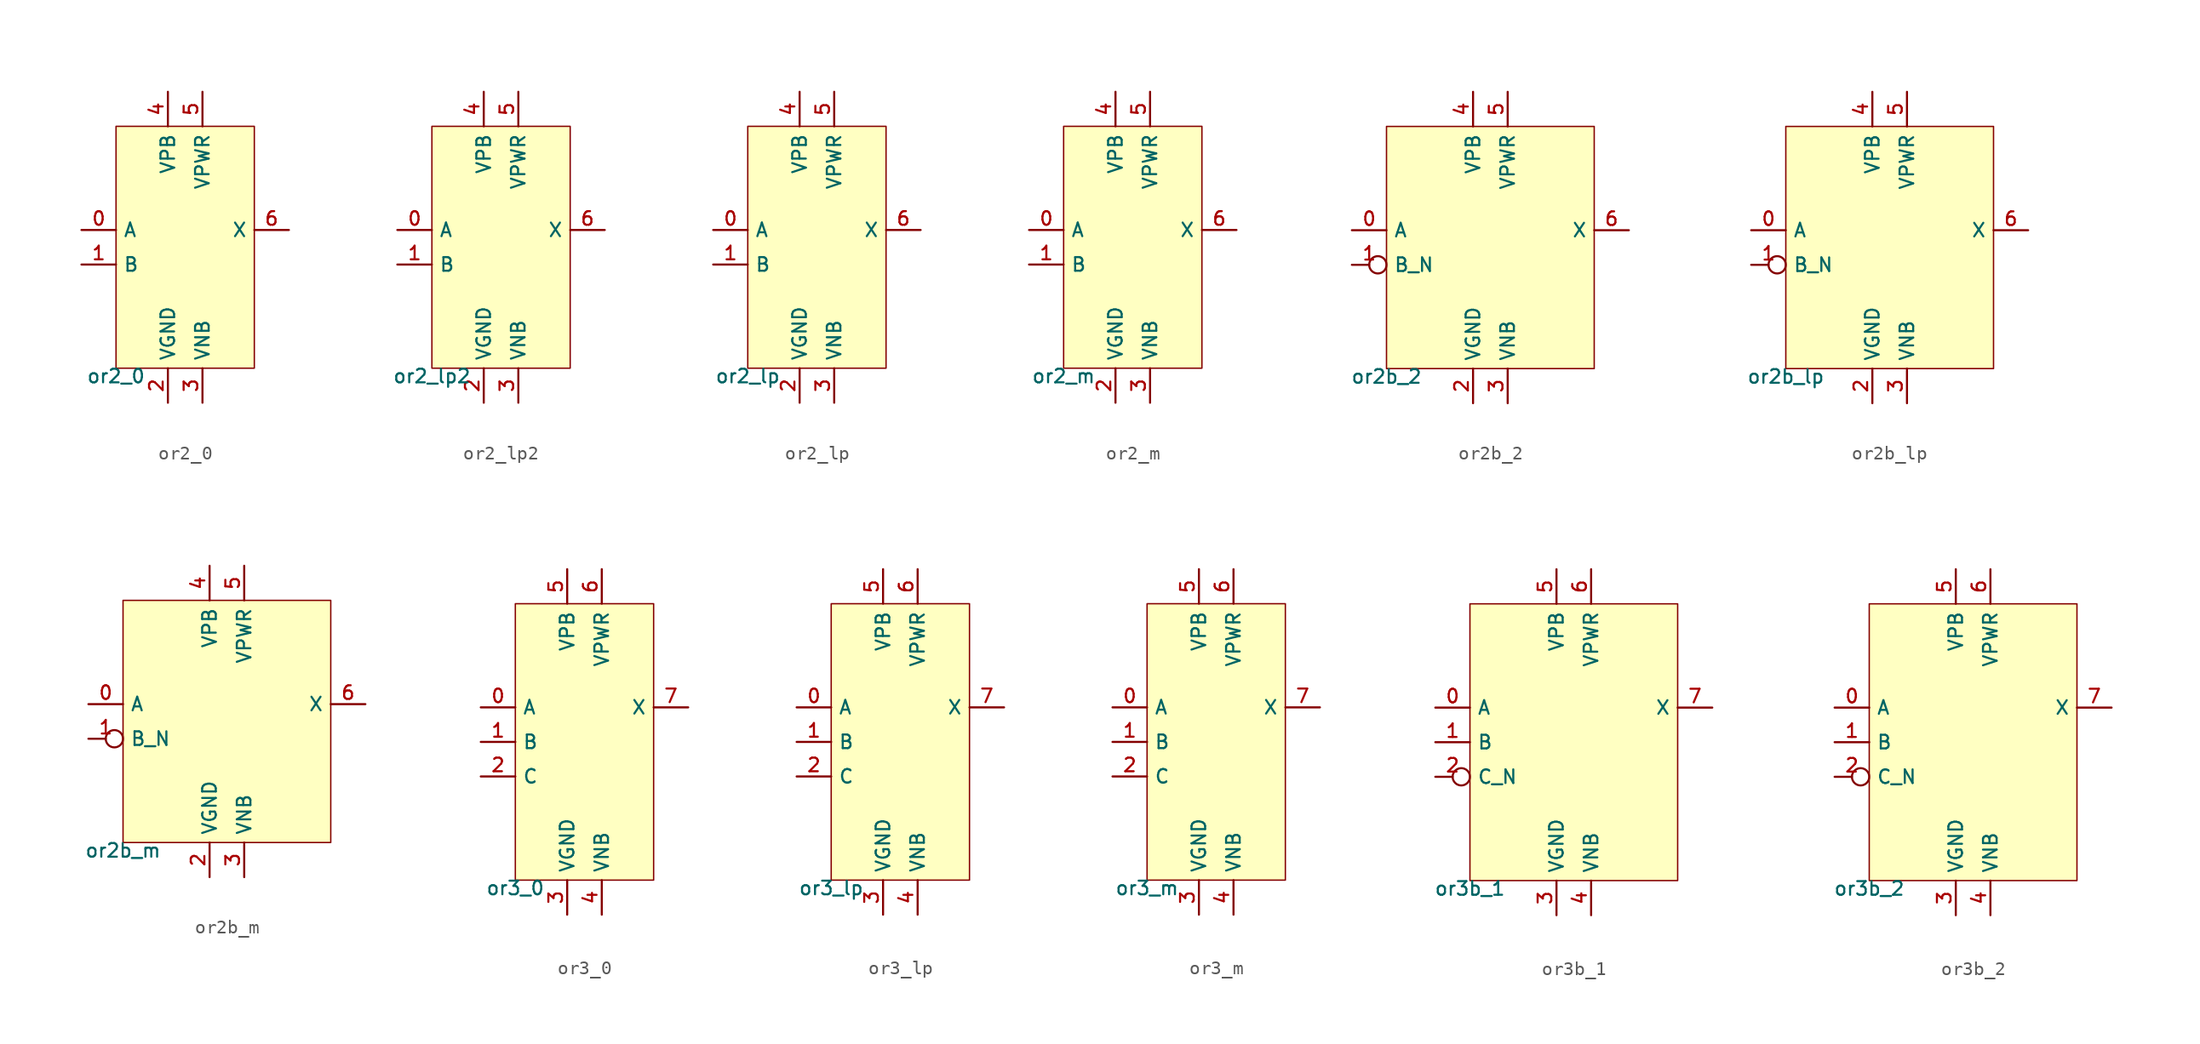
<source format=kicad_sym>
(kicad_symbol_lib
  (version 20211014)
  (generator pdk2kicad)
  (symbol "or2_0"
    (property "Reference" "X"
      (at 0 0 0)
      (effects (font (size 1 1)) hide))
    (property "Value" "or2_0"
      (at -5.08 -8.89 0)
      (effects (font (size 1 1)) (justify top)))
    (rectangle
      (start -5.08 -8.89)
      (end 5.08 8.89)
      (stroke (width 0.1) (type solid) (color 0 0 0 0))
      (fill (type background)))
    (pin input line
      (at -7.62 1.27 0)
      (length 2.54)
      (name "A" (effects (font (size 1 1)) hide))
      (number "0" (effects (font (size 1 1)) hide)))
    (pin input line
      (at -7.62 -1.27 0)
      (length 2.54)
      (name "B" (effects (font (size 1 1)) hide))
      (number "1" (effects (font (size 1 1)) hide)))
    (pin power_in line
      (at -1.27 -11.43 90)
      (length 2.54)
      (name "VGND" (effects (font (size 1 1)) hide))
      (number "2" (effects (font (size 1 1)) hide)))
    (pin power_in line
      (at 1.27 -11.43 90)
      (length 2.54)
      (name "VNB" (effects (font (size 1 1)) hide))
      (number "3" (effects (font (size 1 1)) hide)))
    (pin power_in line
      (at -1.27 11.43 270)
      (length 2.54)
      (name "VPB" (effects (font (size 1 1)) hide))
      (number "4" (effects (font (size 1 1)) hide)))
    (pin power_in line
      (at 1.27 11.43 270)
      (length 2.54)
      (name "VPWR" (effects (font (size 1 1)) hide))
      (number "5" (effects (font (size 1 1)) hide)))
    (pin output line
      (at 7.62 1.27 180)
      (length 2.54)
      (name "X" (effects (font (size 1 1)) hide))
      (number "6" (effects (font (size 1 1)) hide))))
  (symbol "or2_lp2"
    (property "Reference" "X"
      (at 0 0 0)
      (effects (font (size 1 1)) hide))
    (property "Value" "or2_lp2"
      (at -5.08 -8.89 0)
      (effects (font (size 1 1)) (justify top)))
    (rectangle
      (start -5.08 -8.89)
      (end 5.08 8.89)
      (stroke (width 0.1) (type solid) (color 0 0 0 0))
      (fill (type background)))
    (pin input line
      (at -7.62 1.27 0)
      (length 2.54)
      (name "A" (effects (font (size 1 1)) hide))
      (number "0" (effects (font (size 1 1)) hide)))
    (pin input line
      (at -7.62 -1.27 0)
      (length 2.54)
      (name "B" (effects (font (size 1 1)) hide))
      (number "1" (effects (font (size 1 1)) hide)))
    (pin power_in line
      (at -1.27 -11.43 90)
      (length 2.54)
      (name "VGND" (effects (font (size 1 1)) hide))
      (number "2" (effects (font (size 1 1)) hide)))
    (pin power_in line
      (at 1.27 -11.43 90)
      (length 2.54)
      (name "VNB" (effects (font (size 1 1)) hide))
      (number "3" (effects (font (size 1 1)) hide)))
    (pin power_in line
      (at -1.27 11.43 270)
      (length 2.54)
      (name "VPB" (effects (font (size 1 1)) hide))
      (number "4" (effects (font (size 1 1)) hide)))
    (pin power_in line
      (at 1.27 11.43 270)
      (length 2.54)
      (name "VPWR" (effects (font (size 1 1)) hide))
      (number "5" (effects (font (size 1 1)) hide)))
    (pin output line
      (at 7.62 1.27 180)
      (length 2.54)
      (name "X" (effects (font (size 1 1)) hide))
      (number "6" (effects (font (size 1 1)) hide))))
  (symbol "or2_lp"
    (property "Reference" "X"
      (at 0 0 0)
      (effects (font (size 1 1)) hide))
    (property "Value" "or2_lp"
      (at -5.08 -8.89 0)
      (effects (font (size 1 1)) (justify top)))
    (rectangle
      (start -5.08 -8.89)
      (end 5.08 8.89)
      (stroke (width 0.1) (type solid) (color 0 0 0 0))
      (fill (type background)))
    (pin input line
      (at -7.62 1.27 0)
      (length 2.54)
      (name "A" (effects (font (size 1 1)) hide))
      (number "0" (effects (font (size 1 1)) hide)))
    (pin input line
      (at -7.62 -1.27 0)
      (length 2.54)
      (name "B" (effects (font (size 1 1)) hide))
      (number "1" (effects (font (size 1 1)) hide)))
    (pin power_in line
      (at -1.27 -11.43 90)
      (length 2.54)
      (name "VGND" (effects (font (size 1 1)) hide))
      (number "2" (effects (font (size 1 1)) hide)))
    (pin power_in line
      (at 1.27 -11.43 90)
      (length 2.54)
      (name "VNB" (effects (font (size 1 1)) hide))
      (number "3" (effects (font (size 1 1)) hide)))
    (pin power_in line
      (at -1.27 11.43 270)
      (length 2.54)
      (name "VPB" (effects (font (size 1 1)) hide))
      (number "4" (effects (font (size 1 1)) hide)))
    (pin power_in line
      (at 1.27 11.43 270)
      (length 2.54)
      (name "VPWR" (effects (font (size 1 1)) hide))
      (number "5" (effects (font (size 1 1)) hide)))
    (pin output line
      (at 7.62 1.27 180)
      (length 2.54)
      (name "X" (effects (font (size 1 1)) hide))
      (number "6" (effects (font (size 1 1)) hide))))
  (symbol "or2_m"
    (property "Reference" "X"
      (at 0 0 0)
      (effects (font (size 1 1)) hide))
    (property "Value" "or2_m"
      (at -5.08 -8.89 0)
      (effects (font (size 1 1)) (justify top)))
    (rectangle
      (start -5.08 -8.89)
      (end 5.08 8.89)
      (stroke (width 0.1) (type solid) (color 0 0 0 0))
      (fill (type background)))
    (pin input line
      (at -7.62 1.27 0)
      (length 2.54)
      (name "A" (effects (font (size 1 1)) hide))
      (number "0" (effects (font (size 1 1)) hide)))
    (pin input line
      (at -7.62 -1.27 0)
      (length 2.54)
      (name "B" (effects (font (size 1 1)) hide))
      (number "1" (effects (font (size 1 1)) hide)))
    (pin power_in line
      (at -1.27 -11.43 90)
      (length 2.54)
      (name "VGND" (effects (font (size 1 1)) hide))
      (number "2" (effects (font (size 1 1)) hide)))
    (pin power_in line
      (at 1.27 -11.43 90)
      (length 2.54)
      (name "VNB" (effects (font (size 1 1)) hide))
      (number "3" (effects (font (size 1 1)) hide)))
    (pin power_in line
      (at -1.27 11.43 270)
      (length 2.54)
      (name "VPB" (effects (font (size 1 1)) hide))
      (number "4" (effects (font (size 1 1)) hide)))
    (pin power_in line
      (at 1.27 11.43 270)
      (length 2.54)
      (name "VPWR" (effects (font (size 1 1)) hide))
      (number "5" (effects (font (size 1 1)) hide)))
    (pin output line
      (at 7.62 1.27 180)
      (length 2.54)
      (name "X" (effects (font (size 1 1)) hide))
      (number "6" (effects (font (size 1 1)) hide))))
  (symbol "or2b_2"
    (property "Reference" "X"
      (at 0 0 0)
      (effects (font (size 1 1)) hide))
    (property "Value" "or2b_2"
      (at -7.62 -8.89 0)
      (effects (font (size 1 1)) (justify top)))
    (rectangle
      (start -7.62 -8.89)
      (end 7.62 8.89)
      (stroke (width 0.1) (type solid) (color 0 0 0 0))
      (fill (type background)))
    (pin input line
      (at -10.16 1.27 0)
      (length 2.54)
      (name "A" (effects (font (size 1 1)) hide))
      (number "0" (effects (font (size 1 1)) hide)))
    (pin input inverted
      (at -10.16 -1.27 0)
      (length 2.54)
      (name "B_N" (effects (font (size 1 1)) hide))
      (number "1" (effects (font (size 1 1)) hide)))
    (pin power_in line
      (at -1.27 -11.43 90)
      (length 2.54)
      (name "VGND" (effects (font (size 1 1)) hide))
      (number "2" (effects (font (size 1 1)) hide)))
    (pin power_in line
      (at 1.27 -11.43 90)
      (length 2.54)
      (name "VNB" (effects (font (size 1 1)) hide))
      (number "3" (effects (font (size 1 1)) hide)))
    (pin power_in line
      (at -1.27 11.43 270)
      (length 2.54)
      (name "VPB" (effects (font (size 1 1)) hide))
      (number "4" (effects (font (size 1 1)) hide)))
    (pin power_in line
      (at 1.27 11.43 270)
      (length 2.54)
      (name "VPWR" (effects (font (size 1 1)) hide))
      (number "5" (effects (font (size 1 1)) hide)))
    (pin output line
      (at 10.16 1.27 180)
      (length 2.54)
      (name "X" (effects (font (size 1 1)) hide))
      (number "6" (effects (font (size 1 1)) hide))))
  (symbol "or2b_lp"
    (property "Reference" "X"
      (at 0 0 0)
      (effects (font (size 1 1)) hide))
    (property "Value" "or2b_lp"
      (at -7.62 -8.89 0)
      (effects (font (size 1 1)) (justify top)))
    (rectangle
      (start -7.62 -8.89)
      (end 7.62 8.89)
      (stroke (width 0.1) (type solid) (color 0 0 0 0))
      (fill (type background)))
    (pin input line
      (at -10.16 1.27 0)
      (length 2.54)
      (name "A" (effects (font (size 1 1)) hide))
      (number "0" (effects (font (size 1 1)) hide)))
    (pin input inverted
      (at -10.16 -1.27 0)
      (length 2.54)
      (name "B_N" (effects (font (size 1 1)) hide))
      (number "1" (effects (font (size 1 1)) hide)))
    (pin power_in line
      (at -1.27 -11.43 90)
      (length 2.54)
      (name "VGND" (effects (font (size 1 1)) hide))
      (number "2" (effects (font (size 1 1)) hide)))
    (pin power_in line
      (at 1.27 -11.43 90)
      (length 2.54)
      (name "VNB" (effects (font (size 1 1)) hide))
      (number "3" (effects (font (size 1 1)) hide)))
    (pin power_in line
      (at -1.27 11.43 270)
      (length 2.54)
      (name "VPB" (effects (font (size 1 1)) hide))
      (number "4" (effects (font (size 1 1)) hide)))
    (pin power_in line
      (at 1.27 11.43 270)
      (length 2.54)
      (name "VPWR" (effects (font (size 1 1)) hide))
      (number "5" (effects (font (size 1 1)) hide)))
    (pin output line
      (at 10.16 1.27 180)
      (length 2.54)
      (name "X" (effects (font (size 1 1)) hide))
      (number "6" (effects (font (size 1 1)) hide))))
  (symbol "or2b_m"
    (property "Reference" "X"
      (at 0 0 0)
      (effects (font (size 1 1)) hide))
    (property "Value" "or2b_m"
      (at -7.62 -8.89 0)
      (effects (font (size 1 1)) (justify top)))
    (rectangle
      (start -7.62 -8.89)
      (end 7.62 8.89)
      (stroke (width 0.1) (type solid) (color 0 0 0 0))
      (fill (type background)))
    (pin input line
      (at -10.16 1.27 0)
      (length 2.54)
      (name "A" (effects (font (size 1 1)) hide))
      (number "0" (effects (font (size 1 1)) hide)))
    (pin input inverted
      (at -10.16 -1.27 0)
      (length 2.54)
      (name "B_N" (effects (font (size 1 1)) hide))
      (number "1" (effects (font (size 1 1)) hide)))
    (pin power_in line
      (at -1.27 -11.43 90)
      (length 2.54)
      (name "VGND" (effects (font (size 1 1)) hide))
      (number "2" (effects (font (size 1 1)) hide)))
    (pin power_in line
      (at 1.27 -11.43 90)
      (length 2.54)
      (name "VNB" (effects (font (size 1 1)) hide))
      (number "3" (effects (font (size 1 1)) hide)))
    (pin power_in line
      (at -1.27 11.43 270)
      (length 2.54)
      (name "VPB" (effects (font (size 1 1)) hide))
      (number "4" (effects (font (size 1 1)) hide)))
    (pin power_in line
      (at 1.27 11.43 270)
      (length 2.54)
      (name "VPWR" (effects (font (size 1 1)) hide))
      (number "5" (effects (font (size 1 1)) hide)))
    (pin output line
      (at 10.16 1.27 180)
      (length 2.54)
      (name "X" (effects (font (size 1 1)) hide))
      (number "6" (effects (font (size 1 1)) hide))))
  (symbol "or3_0"
    (property "Reference" "X"
      (at 0 0 0)
      (effects (font (size 1 1)) hide))
    (property "Value" "or3_0"
      (at -5.08 -10.16 0)
      (effects (font (size 1 1)) (justify top)))
    (rectangle
      (start -5.08 -10.16)
      (end 5.08 10.16)
      (stroke (width 0.1) (type solid) (color 0 0 0 0))
      (fill (type background)))
    (pin input line
      (at -7.62 2.54 0)
      (length 2.54)
      (name "A" (effects (font (size 1 1)) hide))
      (number "0" (effects (font (size 1 1)) hide)))
    (pin input line
      (at -7.62 0.0 0)
      (length 2.54)
      (name "B" (effects (font (size 1 1)) hide))
      (number "1" (effects (font (size 1 1)) hide)))
    (pin input line
      (at -7.62 -2.54 0)
      (length 2.54)
      (name "C" (effects (font (size 1 1)) hide))
      (number "2" (effects (font (size 1 1)) hide)))
    (pin power_in line
      (at -1.27 -12.7 90)
      (length 2.54)
      (name "VGND" (effects (font (size 1 1)) hide))
      (number "3" (effects (font (size 1 1)) hide)))
    (pin power_in line
      (at 1.27 -12.7 90)
      (length 2.54)
      (name "VNB" (effects (font (size 1 1)) hide))
      (number "4" (effects (font (size 1 1)) hide)))
    (pin power_in line
      (at -1.27 12.7 270)
      (length 2.54)
      (name "VPB" (effects (font (size 1 1)) hide))
      (number "5" (effects (font (size 1 1)) hide)))
    (pin power_in line
      (at 1.27 12.7 270)
      (length 2.54)
      (name "VPWR" (effects (font (size 1 1)) hide))
      (number "6" (effects (font (size 1 1)) hide)))
    (pin output line
      (at 7.62 2.54 180)
      (length 2.54)
      (name "X" (effects (font (size 1 1)) hide))
      (number "7" (effects (font (size 1 1)) hide))))
  (symbol "or3_lp"
    (property "Reference" "X"
      (at 0 0 0)
      (effects (font (size 1 1)) hide))
    (property "Value" "or3_lp"
      (at -5.08 -10.16 0)
      (effects (font (size 1 1)) (justify top)))
    (rectangle
      (start -5.08 -10.16)
      (end 5.08 10.16)
      (stroke (width 0.1) (type solid) (color 0 0 0 0))
      (fill (type background)))
    (pin input line
      (at -7.62 2.54 0)
      (length 2.54)
      (name "A" (effects (font (size 1 1)) hide))
      (number "0" (effects (font (size 1 1)) hide)))
    (pin input line
      (at -7.62 0.0 0)
      (length 2.54)
      (name "B" (effects (font (size 1 1)) hide))
      (number "1" (effects (font (size 1 1)) hide)))
    (pin input line
      (at -7.62 -2.54 0)
      (length 2.54)
      (name "C" (effects (font (size 1 1)) hide))
      (number "2" (effects (font (size 1 1)) hide)))
    (pin power_in line
      (at -1.27 -12.7 90)
      (length 2.54)
      (name "VGND" (effects (font (size 1 1)) hide))
      (number "3" (effects (font (size 1 1)) hide)))
    (pin power_in line
      (at 1.27 -12.7 90)
      (length 2.54)
      (name "VNB" (effects (font (size 1 1)) hide))
      (number "4" (effects (font (size 1 1)) hide)))
    (pin power_in line
      (at -1.27 12.7 270)
      (length 2.54)
      (name "VPB" (effects (font (size 1 1)) hide))
      (number "5" (effects (font (size 1 1)) hide)))
    (pin power_in line
      (at 1.27 12.7 270)
      (length 2.54)
      (name "VPWR" (effects (font (size 1 1)) hide))
      (number "6" (effects (font (size 1 1)) hide)))
    (pin output line
      (at 7.62 2.54 180)
      (length 2.54)
      (name "X" (effects (font (size 1 1)) hide))
      (number "7" (effects (font (size 1 1)) hide))))
  (symbol "or3_m"
    (property "Reference" "X"
      (at 0 0 0)
      (effects (font (size 1 1)) hide))
    (property "Value" "or3_m"
      (at -5.08 -10.16 0)
      (effects (font (size 1 1)) (justify top)))
    (rectangle
      (start -5.08 -10.16)
      (end 5.08 10.16)
      (stroke (width 0.1) (type solid) (color 0 0 0 0))
      (fill (type background)))
    (pin input line
      (at -7.62 2.54 0)
      (length 2.54)
      (name "A" (effects (font (size 1 1)) hide))
      (number "0" (effects (font (size 1 1)) hide)))
    (pin input line
      (at -7.62 0.0 0)
      (length 2.54)
      (name "B" (effects (font (size 1 1)) hide))
      (number "1" (effects (font (size 1 1)) hide)))
    (pin input line
      (at -7.62 -2.54 0)
      (length 2.54)
      (name "C" (effects (font (size 1 1)) hide))
      (number "2" (effects (font (size 1 1)) hide)))
    (pin power_in line
      (at -1.27 -12.7 90)
      (length 2.54)
      (name "VGND" (effects (font (size 1 1)) hide))
      (number "3" (effects (font (size 1 1)) hide)))
    (pin power_in line
      (at 1.27 -12.7 90)
      (length 2.54)
      (name "VNB" (effects (font (size 1 1)) hide))
      (number "4" (effects (font (size 1 1)) hide)))
    (pin power_in line
      (at -1.27 12.7 270)
      (length 2.54)
      (name "VPB" (effects (font (size 1 1)) hide))
      (number "5" (effects (font (size 1 1)) hide)))
    (pin power_in line
      (at 1.27 12.7 270)
      (length 2.54)
      (name "VPWR" (effects (font (size 1 1)) hide))
      (number "6" (effects (font (size 1 1)) hide)))
    (pin output line
      (at 7.62 2.54 180)
      (length 2.54)
      (name "X" (effects (font (size 1 1)) hide))
      (number "7" (effects (font (size 1 1)) hide))))
  (symbol "or3b_1"
    (property "Reference" "X"
      (at 0 0 0)
      (effects (font (size 1 1)) hide))
    (property "Value" "or3b_1"
      (at -7.62 -10.16 0)
      (effects (font (size 1 1)) (justify top)))
    (rectangle
      (start -7.62 -10.16)
      (end 7.62 10.16)
      (stroke (width 0.1) (type solid) (color 0 0 0 0))
      (fill (type background)))
    (pin input line
      (at -10.16 2.54 0)
      (length 2.54)
      (name "A" (effects (font (size 1 1)) hide))
      (number "0" (effects (font (size 1 1)) hide)))
    (pin input line
      (at -10.16 0.0 0)
      (length 2.54)
      (name "B" (effects (font (size 1 1)) hide))
      (number "1" (effects (font (size 1 1)) hide)))
    (pin input inverted
      (at -10.16 -2.54 0)
      (length 2.54)
      (name "C_N" (effects (font (size 1 1)) hide))
      (number "2" (effects (font (size 1 1)) hide)))
    (pin power_in line
      (at -1.27 -12.7 90)
      (length 2.54)
      (name "VGND" (effects (font (size 1 1)) hide))
      (number "3" (effects (font (size 1 1)) hide)))
    (pin power_in line
      (at 1.27 -12.7 90)
      (length 2.54)
      (name "VNB" (effects (font (size 1 1)) hide))
      (number "4" (effects (font (size 1 1)) hide)))
    (pin power_in line
      (at -1.27 12.7 270)
      (length 2.54)
      (name "VPB" (effects (font (size 1 1)) hide))
      (number "5" (effects (font (size 1 1)) hide)))
    (pin power_in line
      (at 1.27 12.7 270)
      (length 2.54)
      (name "VPWR" (effects (font (size 1 1)) hide))
      (number "6" (effects (font (size 1 1)) hide)))
    (pin output line
      (at 10.16 2.54 180)
      (length 2.54)
      (name "X" (effects (font (size 1 1)) hide))
      (number "7" (effects (font (size 1 1)) hide))))
  (symbol "or3b_2"
    (property "Reference" "X"
      (at 0 0 0)
      (effects (font (size 1 1)) hide))
    (property "Value" "or3b_2"
      (at -7.62 -10.16 0)
      (effects (font (size 1 1)) (justify top)))
    (rectangle
      (start -7.62 -10.16)
      (end 7.62 10.16)
      (stroke (width 0.1) (type solid) (color 0 0 0 0))
      (fill (type background)))
    (pin input line
      (at -10.16 2.54 0)
      (length 2.54)
      (name "A" (effects (font (size 1 1)) hide))
      (number "0" (effects (font (size 1 1)) hide)))
    (pin input line
      (at -10.16 0.0 0)
      (length 2.54)
      (name "B" (effects (font (size 1 1)) hide))
      (number "1" (effects (font (size 1 1)) hide)))
    (pin input inverted
      (at -10.16 -2.54 0)
      (length 2.54)
      (name "C_N" (effects (font (size 1 1)) hide))
      (number "2" (effects (font (size 1 1)) hide)))
    (pin power_in line
      (at -1.27 -12.7 90)
      (length 2.54)
      (name "VGND" (effects (font (size 1 1)) hide))
      (number "3" (effects (font (size 1 1)) hide)))
    (pin power_in line
      (at 1.27 -12.7 90)
      (length 2.54)
      (name "VNB" (effects (font (size 1 1)) hide))
      (number "4" (effects (font (size 1 1)) hide)))
    (pin power_in line
      (at -1.27 12.7 270)
      (length 2.54)
      (name "VPB" (effects (font (size 1 1)) hide))
      (number "5" (effects (font (size 1 1)) hide)))
    (pin power_in line
      (at 1.27 12.7 270)
      (length 2.54)
      (name "VPWR" (effects (font (size 1 1)) hide))
      (number "6" (effects (font (size 1 1)) hide)))
    (pin output line
      (at 10.16 2.54 180)
      (length 2.54)
      (name "X" (effects (font (size 1 1)) hide))
      (number "7" (effects (font (size 1 1)) hide)))))
</source>
